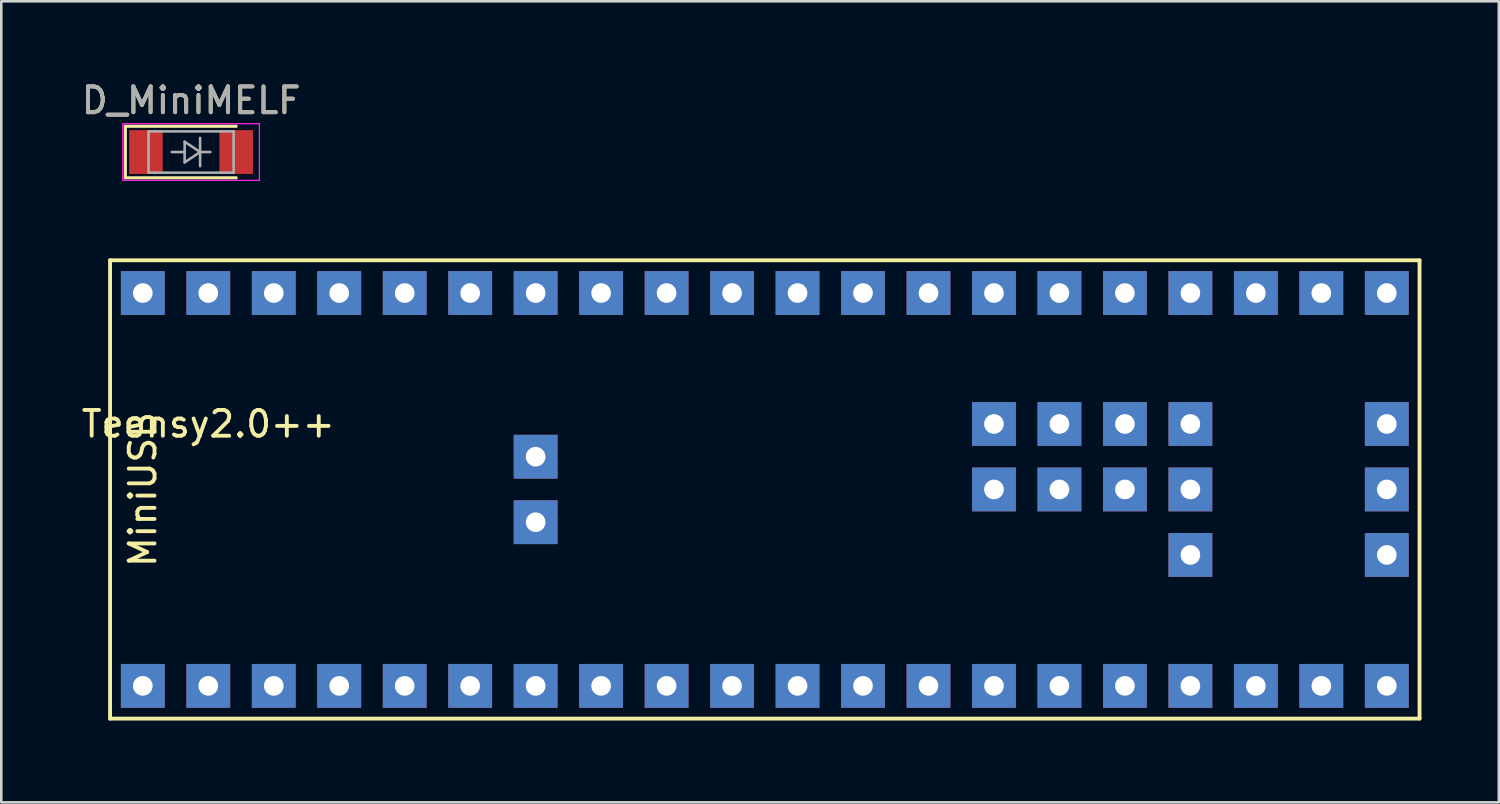
<source format=kicad_pcb>
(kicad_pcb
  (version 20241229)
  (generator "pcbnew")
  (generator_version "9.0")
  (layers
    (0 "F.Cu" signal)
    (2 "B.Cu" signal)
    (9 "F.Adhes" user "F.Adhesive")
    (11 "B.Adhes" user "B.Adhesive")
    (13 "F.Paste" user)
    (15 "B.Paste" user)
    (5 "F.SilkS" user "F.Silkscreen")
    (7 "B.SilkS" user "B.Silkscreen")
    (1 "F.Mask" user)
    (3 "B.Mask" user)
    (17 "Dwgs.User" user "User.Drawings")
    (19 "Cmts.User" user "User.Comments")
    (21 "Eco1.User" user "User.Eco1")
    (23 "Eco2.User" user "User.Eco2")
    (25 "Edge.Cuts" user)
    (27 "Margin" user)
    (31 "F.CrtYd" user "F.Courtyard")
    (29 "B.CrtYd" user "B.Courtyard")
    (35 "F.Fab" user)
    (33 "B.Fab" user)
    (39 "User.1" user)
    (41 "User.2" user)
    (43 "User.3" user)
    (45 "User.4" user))
  (footprint "Teensy2.0++"
    (layer "F.Cu")
    (at 1.22 24.828)
    (property "Reference" "Teensy2.0++" (at 3.81 -11.43 0) (layer "F.SilkS") (effects (font (size 1 1) (thickness 0.15))))
    (attr through_hole)
    (fp_line (start 0 -12.7) (end 3.81 -12.7) (stroke (width 0.15) (type solid)) (layer "F.Mask"))
    (fp_line (start 3.81 -12.7) (end 3.81 -5.08) (stroke (width 0.15) (type solid)) (layer "F.Mask"))
    (fp_line (start 3.81 -5.08) (end 0 -5.08) (stroke (width 0.15) (type solid)) (layer "F.Mask"))
    (fp_line (start 0 -17.78) (end 50.8 -17.78) (stroke (width 0.15) (type solid)) (layer "F.SilkS"))
    (fp_line (start 0 0) (end 0 -17.78) (stroke (width 0.15) (type solid)) (layer "F.SilkS"))
    (fp_line (start 50.8 -17.78) (end 50.8 0) (stroke (width 0.15) (type solid)) (layer "F.SilkS"))
    (fp_line (start 50.8 0) (end 0 0) (stroke (width 0.15) (type solid)) (layer "F.SilkS"))
    (fp_text user "MiniUSB" (at 1.27 -8.89 90) (layer "F.SilkS") (effects (font (size 1 1) (thickness 0.15))))
    (pad "0" thru_hole rect (at 8.89 -1.27) (size 1.7 1.7) (drill 0.762) (layers "*.Cu" "*.Mask"))
    (pad "1" thru_hole rect (at 1.27 -16.51) (size 1.7 1.7) (drill 0.762) (layers "*.Cu" "*.Mask"))
    (pad "1" thru_hole rect (at 11.43 -1.27) (size 1.7 1.7) (drill 0.762) (layers "*.Cu" "*.Mask"))
    (pad "2" thru_hole rect (at 1.27 -1.27) (size 1.7 1.7) (drill 0.762) (layers "*.Cu" "*.Mask"))
    (pad "2" thru_hole rect (at 13.97 -1.27) (size 1.7 1.7) (drill 0.762) (layers "*.Cu" "*.Mask"))
    (pad "3" thru_hole rect (at 3.81 -16.51) (size 1.7 1.7) (drill 0.762) (layers "*.Cu" "*.Mask"))
    (pad "3" thru_hole rect (at 16.51 -1.27) (size 1.7 1.7) (drill 0.762) (layers "*.Cu" "*.Mask"))
    (pad "4" thru_hole rect (at 6.35 -16.51) (size 1.7 1.7) (drill 0.762) (layers "*.Cu" "*.Mask"))
    (pad "4" thru_hole rect (at 19.05 -1.27) (size 1.7 1.7) (drill 0.762) (layers "*.Cu" "*.Mask"))
    (pad "5" thru_hole rect (at 8.89 -16.51) (size 1.7 1.7) (drill 0.762) (layers "*.Cu" "*.Mask"))
    (pad "5" thru_hole rect (at 21.59 -1.27) (size 1.7 1.7) (drill 0.762) (layers "*.Cu" "*.Mask"))
    (pad "6" thru_hole rect (at 3.81 -1.27) (size 1.7 1.7) (drill 0.762) (layers "*.Cu" "*.Mask"))
    (pad "6" thru_hole rect (at 24.13 -1.27) (size 1.7 1.7) (drill 0.762) (layers "*.Cu" "*.Mask"))
    (pad "7" thru_hole rect (at 6.35 -1.27) (size 1.7 1.7) (drill 0.762) (layers "*.Cu" "*.Mask"))
    (pad "7" thru_hole rect (at 26.67 -1.27) (size 1.7 1.7) (drill 0.762) (layers "*.Cu" "*.Mask"))
    (pad "8" thru_hole rect (at 29.21 -1.27) (size 1.7 1.7) (drill 0.762) (layers "*.Cu" "*.Mask"))
    (pad "9" thru_hole rect (at 31.75 -1.27) (size 1.7 1.7) (drill 0.762) (layers "*.Cu" "*.Mask"))
    (pad "10" thru_hole rect (at 34.29 -1.27) (size 1.7 1.7) (drill 0.762) (layers "*.Cu" "*.Mask"))
    (pad "11" thru_hole rect (at 36.83 -1.27) (size 1.7 1.7) (drill 0.762) (layers "*.Cu" "*.Mask"))
    (pad "12" thru_hole rect (at 39.37 -1.27) (size 1.7 1.7) (drill 0.762) (layers "*.Cu" "*.Mask"))
    (pad "13" thru_hole rect (at 41.91 -1.27) (size 1.7 1.7) (drill 0.762) (layers "*.Cu" "*.Mask"))
    (pad "14" thru_hole rect (at 44.45 -1.27) (size 1.7 1.7) (drill 0.762) (layers "*.Cu" "*.Mask"))
    (pad "15" thru_hole rect (at 46.99 -1.27) (size 1.7 1.7) (drill 0.762) (layers "*.Cu" "*.Mask"))
    (pad "16" thru_hole rect (at 49.53 -1.27) (size 1.7 1.7) (drill 0.762) (layers "*.Cu" "*.Mask"))
    (pad "17" thru_hole rect (at 49.53 -6.35) (size 1.7 1.7) (drill 0.762) (layers "*.Cu" "*.Mask"))
    (pad "18" thru_hole rect (at 49.53 -8.89) (size 1.7 1.7) (drill 0.762) (layers "*.Cu" "*.Mask"))
    (pad "19" thru_hole rect (at 49.53 -11.43) (size 1.7 1.7) (drill 0.762) (layers "*.Cu" "*.Mask"))
    (pad "20" thru_hole rect (at 49.53 -16.51) (size 1.7 1.7) (drill 0.762) (layers "*.Cu" "*.Mask"))
    (pad "21" thru_hole rect (at 46.99 -16.51) (size 1.7 1.7) (drill 0.762) (layers "*.Cu" "*.Mask"))
    (pad "22" thru_hole rect (at 44.45 -16.51) (size 1.7 1.7) (drill 0.762) (layers "*.Cu" "*.Mask"))
    (pad "23" thru_hole rect (at 41.91 -16.51) (size 1.7 1.7) (drill 0.762) (layers "*.Cu" "*.Mask"))
    (pad "24" thru_hole rect (at 39.37 -16.51) (size 1.7 1.7) (drill 0.762) (layers "*.Cu" "*.Mask"))
    (pad "25" thru_hole rect (at 36.83 -16.51) (size 1.7 1.7) (drill 0.762) (layers "*.Cu" "*.Mask"))
    (pad "26" thru_hole rect (at 34.29 -16.51) (size 1.7 1.7) (drill 0.762) (layers "*.Cu" "*.Mask"))
    (pad "27" thru_hole rect (at 31.75 -16.51) (size 1.7 1.7) (drill 0.762) (layers "*.Cu" "*.Mask"))
    (pad "28" thru_hole rect (at 29.21 -16.51) (size 1.7 1.7) (drill 0.762) (layers "*.Cu" "*.Mask"))
    (pad "29" thru_hole rect (at 26.67 -16.51) (size 1.7 1.7) (drill 0.762) (layers "*.Cu" "*.Mask"))
    (pad "30" thru_hole rect (at 24.13 -16.51) (size 1.7 1.7) (drill 0.762) (layers "*.Cu" "*.Mask"))
    (pad "31" thru_hole rect (at 21.59 -16.51) (size 1.7 1.7) (drill 0.762) (layers "*.Cu" "*.Mask"))
    (pad "32" thru_hole rect (at 19.05 -16.51) (size 1.7 1.7) (drill 0.762) (layers "*.Cu" "*.Mask"))
    (pad "33" thru_hole rect (at 16.51 -16.51) (size 1.7 1.7) (drill 0.762) (layers "*.Cu" "*.Mask"))
    (pad "34" thru_hole rect (at 13.97 -16.51) (size 1.7 1.7) (drill 0.762) (layers "*.Cu" "*.Mask"))
    (pad "35" thru_hole rect (at 11.43 -16.51) (size 1.7 1.7) (drill 0.762) (layers "*.Cu" "*.Mask"))
    (pad "36" thru_hole rect (at 41.91 -6.35) (size 1.7 1.7) (drill 0.762) (layers "*.Cu" "*.Mask"))
    (pad "37" thru_hole rect (at 41.91 -8.89) (size 1.7 1.7) (drill 0.762) (layers "*.Cu" "*.Mask"))
    (pad "38" thru_hole rect (at 41.91 -11.43) (size 1.7 1.7) (drill 0.762) (layers "*.Cu" "*.Mask"))
    (pad "39" thru_hole rect (at 39.37 -11.43) (size 1.7 1.7) (drill 0.762) (layers "*.Cu" "*.Mask"))
    (pad "40" thru_hole rect (at 36.83 -11.43) (size 1.7 1.7) (drill 0.762) (layers "*.Cu" "*.Mask"))
    (pad "41" thru_hole rect (at 34.29 -11.43) (size 1.7 1.7) (drill 0.762) (layers "*.Cu" "*.Mask"))
    (pad "42" thru_hole rect (at 34.29 -8.89) (size 1.7 1.7) (drill 0.762) (layers "*.Cu" "*.Mask"))
    (pad "43" thru_hole rect (at 36.83 -8.89) (size 1.7 1.7) (drill 0.762) (layers "*.Cu" "*.Mask"))
    (pad "44" thru_hole rect (at 39.37 -8.89) (size 1.7 1.7) (drill 0.762) (layers "*.Cu" "*.Mask"))
    (pad "45" thru_hole rect (at 16.51 -7.62) (size 1.7 1.7) (drill 0.762) (layers "*.Cu" "*.Mask"))
    (pad "46" thru_hole rect (at 16.51 -10.16) (size 1.7 1.7) (drill 0.762) (layers "*.Cu" "*.Mask")))
  (footprint "D_MiniMELF"
    (layer "F.Cu")
    (at 4.363 2.848)
    (property "Reference" "D_MiniMELF" (at 0 -2 0) (layer "F.SilkS") (effects (font (size 1 1) (thickness 0.15))))
    (attr smd)
    (fp_line (start -2.55 -1) (end -2.55 1) (stroke (width 0.12) (type solid)) (layer "F.SilkS"))
    (fp_line (start -2.55 1) (end 1.75 1) (stroke (width 0.12) (type solid)) (layer "F.SilkS"))
    (fp_line (start 1.75 -1) (end -2.55 -1) (stroke (width 0.12) (type solid)) (layer "F.SilkS"))
    (fp_line (start -2.65 -1.1) (end 2.65 -1.1) (stroke (width 0.05) (type solid)) (layer "F.CrtYd"))
    (fp_line (start -2.65 1.1) (end -2.65 -1.1) (stroke (width 0.05) (type solid)) (layer "F.CrtYd"))
    (fp_line (start 2.65 -1.1) (end 2.65 1.1) (stroke (width 0.05) (type solid)) (layer "F.CrtYd"))
    (fp_line (start 2.65 1.1) (end -2.65 1.1) (stroke (width 0.05) (type solid)) (layer "F.CrtYd"))
    (fp_line (start -1.65 -0.8) (end 1.65 -0.8) (stroke (width 0.1) (type solid)) (layer "F.Fab"))
    (fp_line (start -1.65 0.8) (end -1.65 -0.8) (stroke (width 0.1) (type solid)) (layer "F.Fab"))
    (fp_line (start -0.25 -0.4) (end 0.35 0) (stroke (width 0.1) (type solid)) (layer "F.Fab"))
    (fp_line (start -0.25 0) (end -0.75 0) (stroke (width 0.1) (type solid)) (layer "F.Fab"))
    (fp_line (start -0.25 0.4) (end -0.25 -0.4) (stroke (width 0.1) (type solid)) (layer "F.Fab"))
    (fp_line (start 0.35 0) (end -0.25 0.4) (stroke (width 0.1) (type solid)) (layer "F.Fab"))
    (fp_line (start 0.35 0) (end 0.35 -0.55) (stroke (width 0.1) (type solid)) (layer "F.Fab"))
    (fp_line (start 0.35 0) (end 0.35 0.55) (stroke (width 0.1) (type solid)) (layer "F.Fab"))
    (fp_line (start 0.75 0) (end 0.35 0) (stroke (width 0.1) (type solid)) (layer "F.Fab"))
    (fp_line (start 1.65 -0.8) (end 1.65 0.8) (stroke (width 0.1) (type solid)) (layer "F.Fab"))
    (fp_line (start 1.65 0.8) (end -1.65 0.8) (stroke (width 0.1) (type solid)) (layer "F.Fab"))
    (fp_text user "${REFERENCE}" (at 0 -2 0) (layer "F.Fab") (effects (font (size 1 1) (thickness 0.15))))
    (pad "1" smd rect (at -1.75 0) (size 1.3 1.7) (layers "F.Cu" "F.Mask" "F.Paste"))
    (pad "2" smd rect (at 1.75 0) (size 1.3 1.7) (layers "F.Cu" "F.Mask" "F.Paste")))
  (gr_rect
    (start -3 -3)
    (end 55.095 28.078)
    (stroke (width 0.1) (type default))
    (fill no)
    (layer "Edge.Cuts")))
</source>
